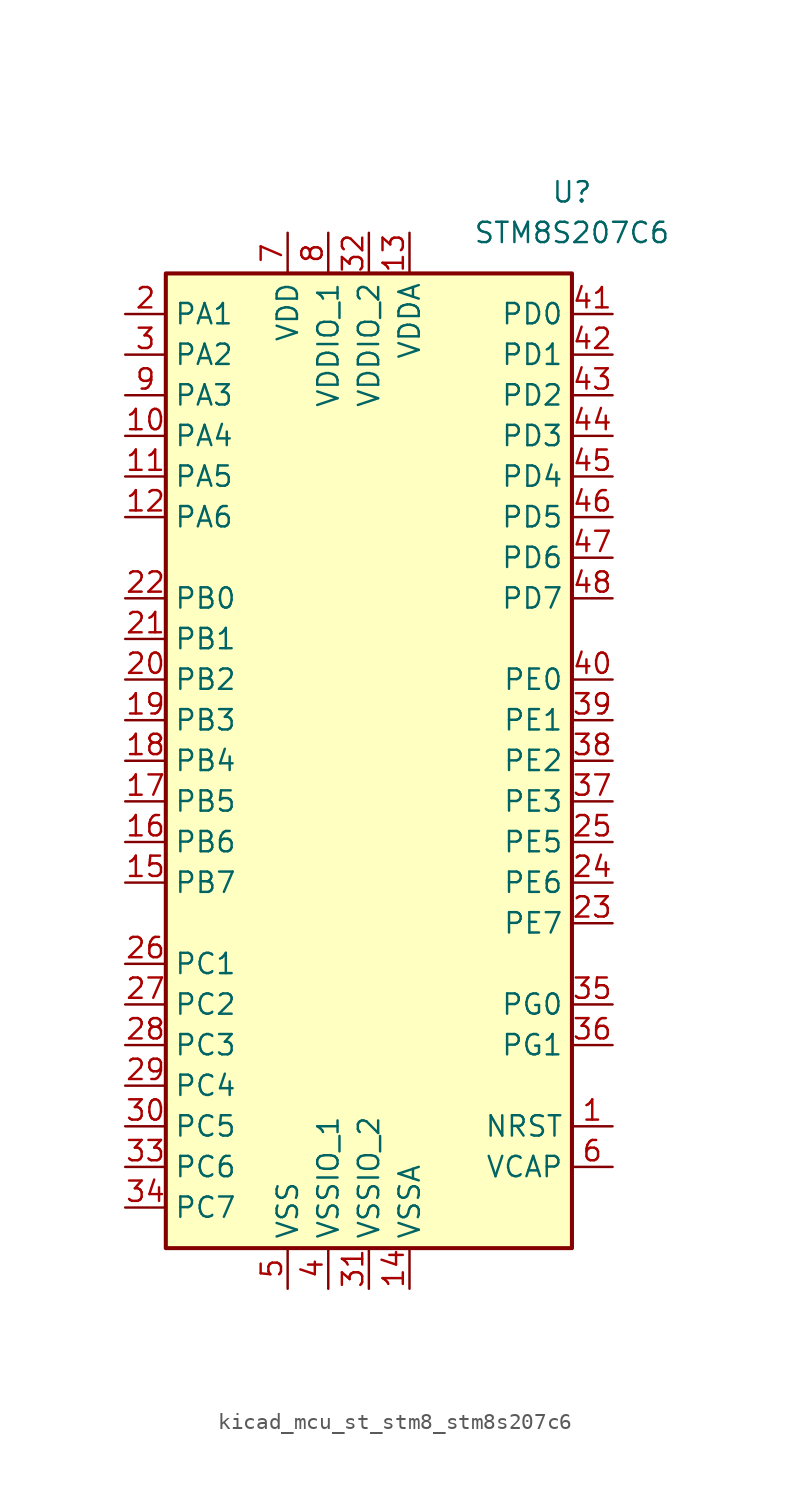
<source format=kicad_sym>
(kicad_symbol_lib
  (version 20220914)
  (generator kicad_symbol_editor)
  (symbol "kicad_mcu_st_stm8_stm8s207c6"
    (property "Reference" "U"
      (at 12.7 35.56 0)
      (effects (font (size 1.27 1.27))))
    (property "Value" "STM8S207C6"
      (at 12.7 33.02 0)
      (effects (font (size 1.27 1.27))))
    (symbol "kicad_mcu_st_stm8_stm8s207c6_0_1"
      (rectangle (start -12.7 -30.48) (end 12.7 30.48) (stroke (width 0.254) (type default)) (fill (type background))))
    (symbol "kicad_mcu_st_stm8_stm8s207c6_1_1"
      (pin input line (at 15.24 -22.86 180) (length 2.54) (name "NRST" (effects (font (size 1.27 1.27)))) (number "1" (effects (font (size 1.27 1.27)))))
      (pin bidirectional line (at -15.24 20.32 0) (length 2.54) (name "PA4" (effects (font (size 1.27 1.27)))) (number "10" (effects (font (size 1.27 1.27)))))
      (pin bidirectional line (at -15.24 17.78 0) (length 2.54) (name "PA5" (effects (font (size 1.27 1.27)))) (number "11" (effects (font (size 1.27 1.27)))))
      (pin bidirectional line (at -15.24 15.24 0) (length 2.54) (name "PA6" (effects (font (size 1.27 1.27)))) (number "12" (effects (font (size 1.27 1.27)))))
      (pin power_in line (at 2.54 33.02 270) (length 2.54) (name "VDDA" (effects (font (size 1.27 1.27)))) (number "13" (effects (font (size 1.27 1.27)))))
      (pin power_in line (at 2.54 -33.02 90) (length 2.54) (name "VSSA" (effects (font (size 1.27 1.27)))) (number "14" (effects (font (size 1.27 1.27)))))
      (pin bidirectional line (at -15.24 -7.62 0) (length 2.54) (name "PB7" (effects (font (size 1.27 1.27)))) (number "15" (effects (font (size 1.27 1.27)))))
      (pin bidirectional line (at -15.24 -5.08 0) (length 2.54) (name "PB6" (effects (font (size 1.27 1.27)))) (number "16" (effects (font (size 1.27 1.27)))))
      (pin bidirectional line (at -15.24 -2.54 0) (length 2.54) (name "PB5" (effects (font (size 1.27 1.27)))) (number "17" (effects (font (size 1.27 1.27)))))
      (pin bidirectional line (at -15.24 0 0) (length 2.54) (name "PB4" (effects (font (size 1.27 1.27)))) (number "18" (effects (font (size 1.27 1.27)))))
      (pin bidirectional line (at -15.24 2.54 0) (length 2.54) (name "PB3" (effects (font (size 1.27 1.27)))) (number "19" (effects (font (size 1.27 1.27)))))
      (pin bidirectional line (at -15.24 27.94 0) (length 2.54) (name "PA1" (effects (font (size 1.27 1.27)))) (number "2" (effects (font (size 1.27 1.27)))))
      (pin bidirectional line (at -15.24 5.08 0) (length 2.54) (name "PB2" (effects (font (size 1.27 1.27)))) (number "20" (effects (font (size 1.27 1.27)))))
      (pin bidirectional line (at -15.24 7.62 0) (length 2.54) (name "PB1" (effects (font (size 1.27 1.27)))) (number "21" (effects (font (size 1.27 1.27)))))
      (pin bidirectional line (at -15.24 10.16 0) (length 2.54) (name "PB0" (effects (font (size 1.27 1.27)))) (number "22" (effects (font (size 1.27 1.27)))))
      (pin bidirectional line (at 15.24 -10.16 180) (length 2.54) (name "PE7" (effects (font (size 1.27 1.27)))) (number "23" (effects (font (size 1.27 1.27)))))
      (pin bidirectional line (at 15.24 -7.62 180) (length 2.54) (name "PE6" (effects (font (size 1.27 1.27)))) (number "24" (effects (font (size 1.27 1.27)))))
      (pin bidirectional line (at 15.24 -5.08 180) (length 2.54) (name "PE5" (effects (font (size 1.27 1.27)))) (number "25" (effects (font (size 1.27 1.27)))))
      (pin bidirectional line (at -15.24 -12.7 0) (length 2.54) (name "PC1" (effects (font (size 1.27 1.27)))) (number "26" (effects (font (size 1.27 1.27)))))
      (pin bidirectional line (at -15.24 -15.24 0) (length 2.54) (name "PC2" (effects (font (size 1.27 1.27)))) (number "27" (effects (font (size 1.27 1.27)))))
      (pin bidirectional line (at -15.24 -17.78 0) (length 2.54) (name "PC3" (effects (font (size 1.27 1.27)))) (number "28" (effects (font (size 1.27 1.27)))))
      (pin bidirectional line (at -15.24 -20.32 0) (length 2.54) (name "PC4" (effects (font (size 1.27 1.27)))) (number "29" (effects (font (size 1.27 1.27)))))
      (pin bidirectional line (at -15.24 25.4 0) (length 2.54) (name "PA2" (effects (font (size 1.27 1.27)))) (number "3" (effects (font (size 1.27 1.27)))))
      (pin bidirectional line (at -15.24 -22.86 0) (length 2.54) (name "PC5" (effects (font (size 1.27 1.27)))) (number "30" (effects (font (size 1.27 1.27)))))
      (pin power_in line (at 0 -33.02 90) (length 2.54) (name "VSSIO_2" (effects (font (size 1.27 1.27)))) (number "31" (effects (font (size 1.27 1.27)))))
      (pin power_in line (at 0 33.02 270) (length 2.54) (name "VDDIO_2" (effects (font (size 1.27 1.27)))) (number "32" (effects (font (size 1.27 1.27)))))
      (pin bidirectional line (at -15.24 -25.4 0) (length 2.54) (name "PC6" (effects (font (size 1.27 1.27)))) (number "33" (effects (font (size 1.27 1.27)))))
      (pin bidirectional line (at -15.24 -27.94 0) (length 2.54) (name "PC7" (effects (font (size 1.27 1.27)))) (number "34" (effects (font (size 1.27 1.27)))))
      (pin bidirectional line (at 15.24 -15.24 180) (length 2.54) (name "PG0" (effects (font (size 1.27 1.27)))) (number "35" (effects (font (size 1.27 1.27)))))
      (pin bidirectional line (at 15.24 -17.78 180) (length 2.54) (name "PG1" (effects (font (size 1.27 1.27)))) (number "36" (effects (font (size 1.27 1.27)))))
      (pin bidirectional line (at 15.24 -2.54 180) (length 2.54) (name "PE3" (effects (font (size 1.27 1.27)))) (number "37" (effects (font (size 1.27 1.27)))))
      (pin bidirectional line (at 15.24 0 180) (length 2.54) (name "PE2" (effects (font (size 1.27 1.27)))) (number "38" (effects (font (size 1.27 1.27)))))
      (pin bidirectional line (at 15.24 2.54 180) (length 2.54) (name "PE1" (effects (font (size 1.27 1.27)))) (number "39" (effects (font (size 1.27 1.27)))))
      (pin power_in line (at -2.54 -33.02 90) (length 2.54) (name "VSSIO_1" (effects (font (size 1.27 1.27)))) (number "4" (effects (font (size 1.27 1.27)))))
      (pin bidirectional line (at 15.24 5.08 180) (length 2.54) (name "PE0" (effects (font (size 1.27 1.27)))) (number "40" (effects (font (size 1.27 1.27)))))
      (pin bidirectional line (at 15.24 27.94 180) (length 2.54) (name "PD0" (effects (font (size 1.27 1.27)))) (number "41" (effects (font (size 1.27 1.27)))))
      (pin bidirectional line (at 15.24 25.4 180) (length 2.54) (name "PD1" (effects (font (size 1.27 1.27)))) (number "42" (effects (font (size 1.27 1.27)))))
      (pin bidirectional line (at 15.24 22.86 180) (length 2.54) (name "PD2" (effects (font (size 1.27 1.27)))) (number "43" (effects (font (size 1.27 1.27)))))
      (pin bidirectional line (at 15.24 20.32 180) (length 2.54) (name "PD3" (effects (font (size 1.27 1.27)))) (number "44" (effects (font (size 1.27 1.27)))))
      (pin bidirectional line (at 15.24 17.78 180) (length 2.54) (name "PD4" (effects (font (size 1.27 1.27)))) (number "45" (effects (font (size 1.27 1.27)))))
      (pin bidirectional line (at 15.24 15.24 180) (length 2.54) (name "PD5" (effects (font (size 1.27 1.27)))) (number "46" (effects (font (size 1.27 1.27)))))
      (pin bidirectional line (at 15.24 12.7 180) (length 2.54) (name "PD6" (effects (font (size 1.27 1.27)))) (number "47" (effects (font (size 1.27 1.27)))))
      (pin bidirectional line (at 15.24 10.16 180) (length 2.54) (name "PD7" (effects (font (size 1.27 1.27)))) (number "48" (effects (font (size 1.27 1.27)))))
      (pin power_in line (at -5.08 -33.02 90) (length 2.54) (name "VSS" (effects (font (size 1.27 1.27)))) (number "5" (effects (font (size 1.27 1.27)))))
      (pin input line (at 15.24 -25.4 180) (length 2.54) (name "VCAP" (effects (font (size 1.27 1.27)))) (number "6" (effects (font (size 1.27 1.27)))))
      (pin power_in line (at -5.08 33.02 270) (length 2.54) (name "VDD" (effects (font (size 1.27 1.27)))) (number "7" (effects (font (size 1.27 1.27)))))
      (pin power_in line (at -2.54 33.02 270) (length 2.54) (name "VDDIO_1" (effects (font (size 1.27 1.27)))) (number "8" (effects (font (size 1.27 1.27)))))
      (pin bidirectional line (at -15.24 22.86 0) (length 2.54) (name "PA3" (effects (font (size 1.27 1.27)))) (number "9" (effects (font (size 1.27 1.27))))))))
</source>
